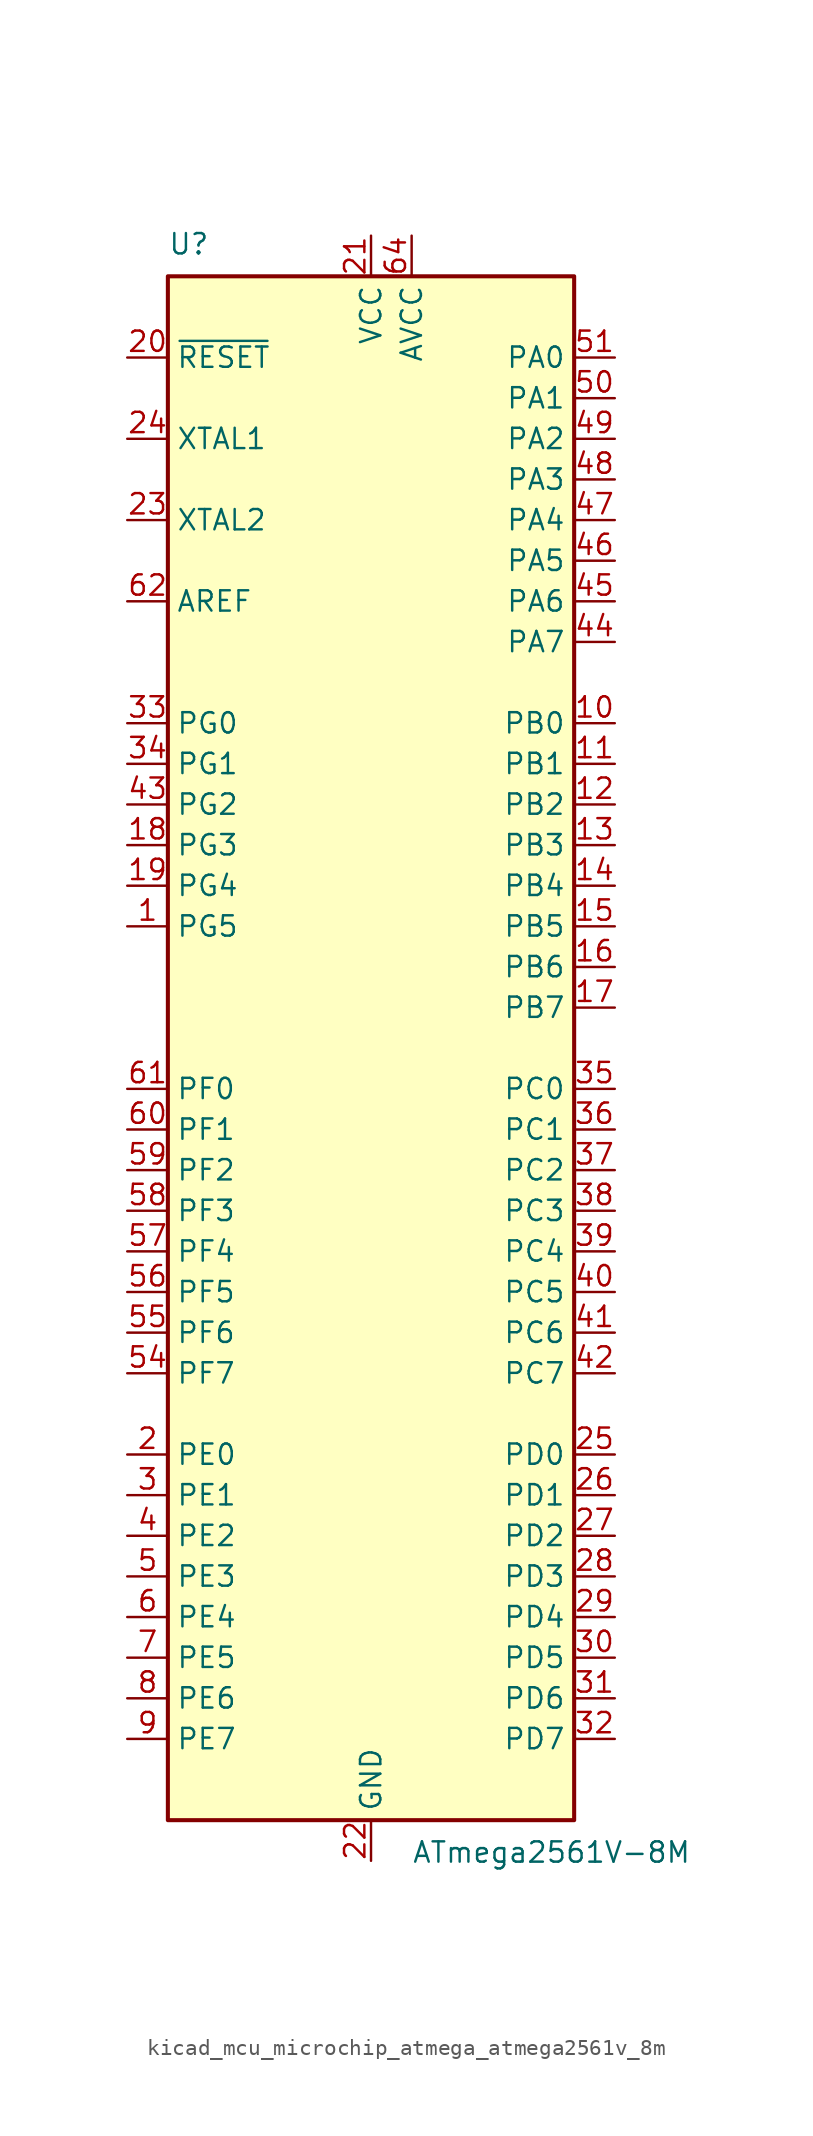
<source format=kicad_sym>
(kicad_symbol_lib
  (version 20220914)
  (generator kicad_symbol_editor)
  (symbol "kicad_mcu_microchip_atmega_atmega2561v_8m"
    (property "Reference" "U"
      (at -12.7 49.53 0)
      (effects (font (size 1.27 1.27)) (justify left bottom)))
    (property "Value" "ATmega2561V-8M"
      (at 2.54 -49.53 0)
      (effects (font (size 1.27 1.27)) (justify left top)))
    (symbol "kicad_mcu_microchip_atmega_atmega2561v_8m_0_1"
      (rectangle (start -12.7 -48.26) (end 12.7 48.26) (stroke (width 0.254) (type default)) (fill (type background))))
    (symbol "kicad_mcu_microchip_atmega_atmega2561v_8m_1_1"
      (pin bidirectional line (at -15.24 7.62 0) (length 2.54) (name "PG5" (effects (font (size 1.27 1.27)))) (number "1" (effects (font (size 1.27 1.27)))))
      (pin bidirectional line (at 15.24 20.32 180) (length 2.54) (name "PB0" (effects (font (size 1.27 1.27)))) (number "10" (effects (font (size 1.27 1.27)))))
      (pin bidirectional line (at 15.24 17.78 180) (length 2.54) (name "PB1" (effects (font (size 1.27 1.27)))) (number "11" (effects (font (size 1.27 1.27)))))
      (pin bidirectional line (at 15.24 15.24 180) (length 2.54) (name "PB2" (effects (font (size 1.27 1.27)))) (number "12" (effects (font (size 1.27 1.27)))))
      (pin bidirectional line (at 15.24 12.7 180) (length 2.54) (name "PB3" (effects (font (size 1.27 1.27)))) (number "13" (effects (font (size 1.27 1.27)))))
      (pin bidirectional line (at 15.24 10.16 180) (length 2.54) (name "PB4" (effects (font (size 1.27 1.27)))) (number "14" (effects (font (size 1.27 1.27)))))
      (pin bidirectional line (at 15.24 7.62 180) (length 2.54) (name "PB5" (effects (font (size 1.27 1.27)))) (number "15" (effects (font (size 1.27 1.27)))))
      (pin bidirectional line (at 15.24 5.08 180) (length 2.54) (name "PB6" (effects (font (size 1.27 1.27)))) (number "16" (effects (font (size 1.27 1.27)))))
      (pin bidirectional line (at 15.24 2.54 180) (length 2.54) (name "PB7" (effects (font (size 1.27 1.27)))) (number "17" (effects (font (size 1.27 1.27)))))
      (pin bidirectional line (at -15.24 12.7 0) (length 2.54) (name "PG3" (effects (font (size 1.27 1.27)))) (number "18" (effects (font (size 1.27 1.27)))))
      (pin bidirectional line (at -15.24 10.16 0) (length 2.54) (name "PG4" (effects (font (size 1.27 1.27)))) (number "19" (effects (font (size 1.27 1.27)))))
      (pin bidirectional line (at -15.24 -25.4 0) (length 2.54) (name "PE0" (effects (font (size 1.27 1.27)))) (number "2" (effects (font (size 1.27 1.27)))))
      (pin input line (at -15.24 43.18 0) (length 2.54) (name "~{RESET}" (effects (font (size 1.27 1.27)))) (number "20" (effects (font (size 1.27 1.27)))))
      (pin power_in line (at 0 50.8 270) (length 2.54) (name "VCC" (effects (font (size 1.27 1.27)))) (number "21" (effects (font (size 1.27 1.27)))))
      (pin power_in line (at 0 -50.8 90) (length 2.54) (name "GND" (effects (font (size 1.27 1.27)))) (number "22" (effects (font (size 1.27 1.27)))))
      (pin output line (at -15.24 33.02 0) (length 2.54) (name "XTAL2" (effects (font (size 1.27 1.27)))) (number "23" (effects (font (size 1.27 1.27)))))
      (pin input line (at -15.24 38.1 0) (length 2.54) (name "XTAL1" (effects (font (size 1.27 1.27)))) (number "24" (effects (font (size 1.27 1.27)))))
      (pin bidirectional line (at 15.24 -25.4 180) (length 2.54) (name "PD0" (effects (font (size 1.27 1.27)))) (number "25" (effects (font (size 1.27 1.27)))))
      (pin bidirectional line (at 15.24 -27.94 180) (length 2.54) (name "PD1" (effects (font (size 1.27 1.27)))) (number "26" (effects (font (size 1.27 1.27)))))
      (pin bidirectional line (at 15.24 -30.48 180) (length 2.54) (name "PD2" (effects (font (size 1.27 1.27)))) (number "27" (effects (font (size 1.27 1.27)))))
      (pin bidirectional line (at 15.24 -33.02 180) (length 2.54) (name "PD3" (effects (font (size 1.27 1.27)))) (number "28" (effects (font (size 1.27 1.27)))))
      (pin bidirectional line (at 15.24 -35.56 180) (length 2.54) (name "PD4" (effects (font (size 1.27 1.27)))) (number "29" (effects (font (size 1.27 1.27)))))
      (pin bidirectional line (at -15.24 -27.94 0) (length 2.54) (name "PE1" (effects (font (size 1.27 1.27)))) (number "3" (effects (font (size 1.27 1.27)))))
      (pin bidirectional line (at 15.24 -38.1 180) (length 2.54) (name "PD5" (effects (font (size 1.27 1.27)))) (number "30" (effects (font (size 1.27 1.27)))))
      (pin bidirectional line (at 15.24 -40.64 180) (length 2.54) (name "PD6" (effects (font (size 1.27 1.27)))) (number "31" (effects (font (size 1.27 1.27)))))
      (pin bidirectional line (at 15.24 -43.18 180) (length 2.54) (name "PD7" (effects (font (size 1.27 1.27)))) (number "32" (effects (font (size 1.27 1.27)))))
      (pin bidirectional line (at -15.24 20.32 0) (length 2.54) (name "PG0" (effects (font (size 1.27 1.27)))) (number "33" (effects (font (size 1.27 1.27)))))
      (pin bidirectional line (at -15.24 17.78 0) (length 2.54) (name "PG1" (effects (font (size 1.27 1.27)))) (number "34" (effects (font (size 1.27 1.27)))))
      (pin bidirectional line (at 15.24 -2.54 180) (length 2.54) (name "PC0" (effects (font (size 1.27 1.27)))) (number "35" (effects (font (size 1.27 1.27)))))
      (pin bidirectional line (at 15.24 -5.08 180) (length 2.54) (name "PC1" (effects (font (size 1.27 1.27)))) (number "36" (effects (font (size 1.27 1.27)))))
      (pin bidirectional line (at 15.24 -7.62 180) (length 2.54) (name "PC2" (effects (font (size 1.27 1.27)))) (number "37" (effects (font (size 1.27 1.27)))))
      (pin bidirectional line (at 15.24 -10.16 180) (length 2.54) (name "PC3" (effects (font (size 1.27 1.27)))) (number "38" (effects (font (size 1.27 1.27)))))
      (pin bidirectional line (at 15.24 -12.7 180) (length 2.54) (name "PC4" (effects (font (size 1.27 1.27)))) (number "39" (effects (font (size 1.27 1.27)))))
      (pin bidirectional line (at -15.24 -30.48 0) (length 2.54) (name "PE2" (effects (font (size 1.27 1.27)))) (number "4" (effects (font (size 1.27 1.27)))))
      (pin bidirectional line (at 15.24 -15.24 180) (length 2.54) (name "PC5" (effects (font (size 1.27 1.27)))) (number "40" (effects (font (size 1.27 1.27)))))
      (pin bidirectional line (at 15.24 -17.78 180) (length 2.54) (name "PC6" (effects (font (size 1.27 1.27)))) (number "41" (effects (font (size 1.27 1.27)))))
      (pin bidirectional line (at 15.24 -20.32 180) (length 2.54) (name "PC7" (effects (font (size 1.27 1.27)))) (number "42" (effects (font (size 1.27 1.27)))))
      (pin bidirectional line (at -15.24 15.24 0) (length 2.54) (name "PG2" (effects (font (size 1.27 1.27)))) (number "43" (effects (font (size 1.27 1.27)))))
      (pin bidirectional line (at 15.24 25.4 180) (length 2.54) (name "PA7" (effects (font (size 1.27 1.27)))) (number "44" (effects (font (size 1.27 1.27)))))
      (pin bidirectional line (at 15.24 27.94 180) (length 2.54) (name "PA6" (effects (font (size 1.27 1.27)))) (number "45" (effects (font (size 1.27 1.27)))))
      (pin bidirectional line (at 15.24 30.48 180) (length 2.54) (name "PA5" (effects (font (size 1.27 1.27)))) (number "46" (effects (font (size 1.27 1.27)))))
      (pin bidirectional line (at 15.24 33.02 180) (length 2.54) (name "PA4" (effects (font (size 1.27 1.27)))) (number "47" (effects (font (size 1.27 1.27)))))
      (pin bidirectional line (at 15.24 35.56 180) (length 2.54) (name "PA3" (effects (font (size 1.27 1.27)))) (number "48" (effects (font (size 1.27 1.27)))))
      (pin bidirectional line (at 15.24 38.1 180) (length 2.54) (name "PA2" (effects (font (size 1.27 1.27)))) (number "49" (effects (font (size 1.27 1.27)))))
      (pin bidirectional line (at -15.24 -33.02 0) (length 2.54) (name "PE3" (effects (font (size 1.27 1.27)))) (number "5" (effects (font (size 1.27 1.27)))))
      (pin bidirectional line (at 15.24 40.64 180) (length 2.54) (name "PA1" (effects (font (size 1.27 1.27)))) (number "50" (effects (font (size 1.27 1.27)))))
      (pin bidirectional line (at 15.24 43.18 180) (length 2.54) (name "PA0" (effects (font (size 1.27 1.27)))) (number "51" (effects (font (size 1.27 1.27)))))
      (pin passive line (at 0 50.8 270) (length 2.54) hide (name "VCC" (effects (font (size 1.27 1.27)))) (number "52" (effects (font (size 1.27 1.27)))))
      (pin passive line (at 0 -50.8 90) (length 2.54) hide (name "GND" (effects (font (size 1.27 1.27)))) (number "53" (effects (font (size 1.27 1.27)))))
      (pin bidirectional line (at -15.24 -20.32 0) (length 2.54) (name "PF7" (effects (font (size 1.27 1.27)))) (number "54" (effects (font (size 1.27 1.27)))))
      (pin bidirectional line (at -15.24 -17.78 0) (length 2.54) (name "PF6" (effects (font (size 1.27 1.27)))) (number "55" (effects (font (size 1.27 1.27)))))
      (pin bidirectional line (at -15.24 -15.24 0) (length 2.54) (name "PF5" (effects (font (size 1.27 1.27)))) (number "56" (effects (font (size 1.27 1.27)))))
      (pin bidirectional line (at -15.24 -12.7 0) (length 2.54) (name "PF4" (effects (font (size 1.27 1.27)))) (number "57" (effects (font (size 1.27 1.27)))))
      (pin bidirectional line (at -15.24 -10.16 0) (length 2.54) (name "PF3" (effects (font (size 1.27 1.27)))) (number "58" (effects (font (size 1.27 1.27)))))
      (pin bidirectional line (at -15.24 -7.62 0) (length 2.54) (name "PF2" (effects (font (size 1.27 1.27)))) (number "59" (effects (font (size 1.27 1.27)))))
      (pin bidirectional line (at -15.24 -35.56 0) (length 2.54) (name "PE4" (effects (font (size 1.27 1.27)))) (number "6" (effects (font (size 1.27 1.27)))))
      (pin bidirectional line (at -15.24 -5.08 0) (length 2.54) (name "PF1" (effects (font (size 1.27 1.27)))) (number "60" (effects (font (size 1.27 1.27)))))
      (pin bidirectional line (at -15.24 -2.54 0) (length 2.54) (name "PF0" (effects (font (size 1.27 1.27)))) (number "61" (effects (font (size 1.27 1.27)))))
      (pin passive line (at -15.24 27.94 0) (length 2.54) (name "AREF" (effects (font (size 1.27 1.27)))) (number "62" (effects (font (size 1.27 1.27)))))
      (pin passive line (at 0 -50.8 90) (length 2.54) hide (name "GND" (effects (font (size 1.27 1.27)))) (number "63" (effects (font (size 1.27 1.27)))))
      (pin power_in line (at 2.54 50.8 270) (length 2.54) (name "AVCC" (effects (font (size 1.27 1.27)))) (number "64" (effects (font (size 1.27 1.27)))))
      (pin passive line (at 0 -50.8 90) (length 2.54) hide (name "GND" (effects (font (size 1.27 1.27)))) (number "65" (effects (font (size 1.27 1.27)))))
      (pin bidirectional line (at -15.24 -38.1 0) (length 2.54) (name "PE5" (effects (font (size 1.27 1.27)))) (number "7" (effects (font (size 1.27 1.27)))))
      (pin bidirectional line (at -15.24 -40.64 0) (length 2.54) (name "PE6" (effects (font (size 1.27 1.27)))) (number "8" (effects (font (size 1.27 1.27)))))
      (pin bidirectional line (at -15.24 -43.18 0) (length 2.54) (name "PE7" (effects (font (size 1.27 1.27)))) (number "9" (effects (font (size 1.27 1.27))))))))
</source>
